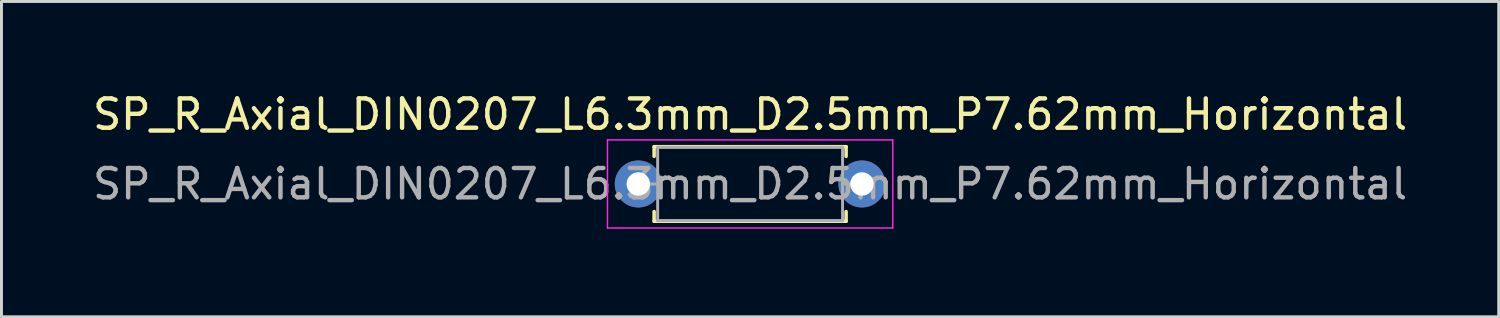
<source format=kicad_pcb>
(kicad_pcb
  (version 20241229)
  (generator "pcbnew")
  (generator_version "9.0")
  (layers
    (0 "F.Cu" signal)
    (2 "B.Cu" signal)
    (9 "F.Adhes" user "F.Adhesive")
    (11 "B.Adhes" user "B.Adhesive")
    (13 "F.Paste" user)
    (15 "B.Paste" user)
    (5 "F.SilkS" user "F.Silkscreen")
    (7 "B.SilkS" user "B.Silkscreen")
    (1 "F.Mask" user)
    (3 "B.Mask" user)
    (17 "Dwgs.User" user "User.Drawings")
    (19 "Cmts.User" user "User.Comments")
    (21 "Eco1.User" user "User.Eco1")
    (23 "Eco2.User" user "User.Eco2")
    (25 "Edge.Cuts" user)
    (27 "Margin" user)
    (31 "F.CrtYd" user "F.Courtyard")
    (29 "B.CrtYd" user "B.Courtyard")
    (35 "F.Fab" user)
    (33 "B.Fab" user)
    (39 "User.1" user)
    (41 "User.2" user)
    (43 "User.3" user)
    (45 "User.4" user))
  (footprint "SP_R_Axial_DIN0207_L6.3mm_D2.5mm_P7.62mm_Horizontal"
    (layer "F.Cu")
    (at 18.696 3.218)
    (property "Reference" "SP_R_Axial_DIN0207_L6.3mm_D2.5mm_P7.62mm_Horizontal" (at 3.81 -2.37 0) (layer "F.SilkS") (effects (font (size 1 1) (thickness 0.15))))
    (attr through_hole)
    (fp_line (start 0.54 -1.27) (end 7.08 -1.27) (stroke (width 0.12) (type solid)) (layer "F.SilkS"))
    (fp_line (start 0.54 -0.94) (end 0.54 -1.27) (stroke (width 0.12) (type solid)) (layer "F.SilkS"))
    (fp_line (start 0.54 0.94) (end 0.54 1.27) (stroke (width 0.12) (type solid)) (layer "F.SilkS"))
    (fp_line (start 0.54 1.27) (end 7.08 1.27) (stroke (width 0.12) (type solid)) (layer "F.SilkS"))
    (fp_line (start 7.08 -1.27) (end 7.08 -0.94) (stroke (width 0.12) (type solid)) (layer "F.SilkS"))
    (fp_line (start 7.08 1.27) (end 7.08 0.94) (stroke (width 0.12) (type solid)) (layer "F.SilkS"))
    (fp_line (start -1.05 -1.5) (end -1.05 1.5) (stroke (width 0.05) (type solid)) (layer "F.CrtYd"))
    (fp_line (start -1.05 1.5) (end 8.67 1.5) (stroke (width 0.05) (type solid)) (layer "F.CrtYd"))
    (fp_line (start 8.67 -1.5) (end -1.05 -1.5) (stroke (width 0.05) (type solid)) (layer "F.CrtYd"))
    (fp_line (start 8.67 1.5) (end 8.67 -1.5) (stroke (width 0.05) (type solid)) (layer "F.CrtYd"))
    (fp_line (start 0 0) (end 0.66 0) (stroke (width 0.1) (type solid)) (layer "F.Fab"))
    (fp_line (start 0.66 -1.25) (end 0.66 1.25) (stroke (width 0.1) (type solid)) (layer "F.Fab"))
    (fp_line (start 0.66 1.25) (end 6.96 1.25) (stroke (width 0.1) (type solid)) (layer "F.Fab"))
    (fp_line (start 6.96 -1.25) (end 0.66 -1.25) (stroke (width 0.1) (type solid)) (layer "F.Fab"))
    (fp_line (start 6.96 1.25) (end 6.96 -1.25) (stroke (width 0.1) (type solid)) (layer "F.Fab"))
    (fp_line (start 7.62 0) (end 6.96 0) (stroke (width 0.1) (type solid)) (layer "F.Fab"))
    (fp_text user "${REFERENCE}" (at 3.81 0 0) (layer "F.Fab") (effects (font (size 1 1) (thickness 0.15))))
    (pad "1" thru_hole circle (at 0 0) (size 1.6 1.6) (drill 0.8) (layers "*.Cu" "*.Mask"))
    (pad "2" thru_hole oval (at 7.62 0) (size 1.6 1.6) (drill 0.8) (layers "*.Cu" "*.Mask")))
  (gr_rect
    (start -3 -3)
    (end 48.012 7.743)
    (stroke (width 0.1) (type default))
    (fill no)
    (layer "Edge.Cuts")))
</source>
